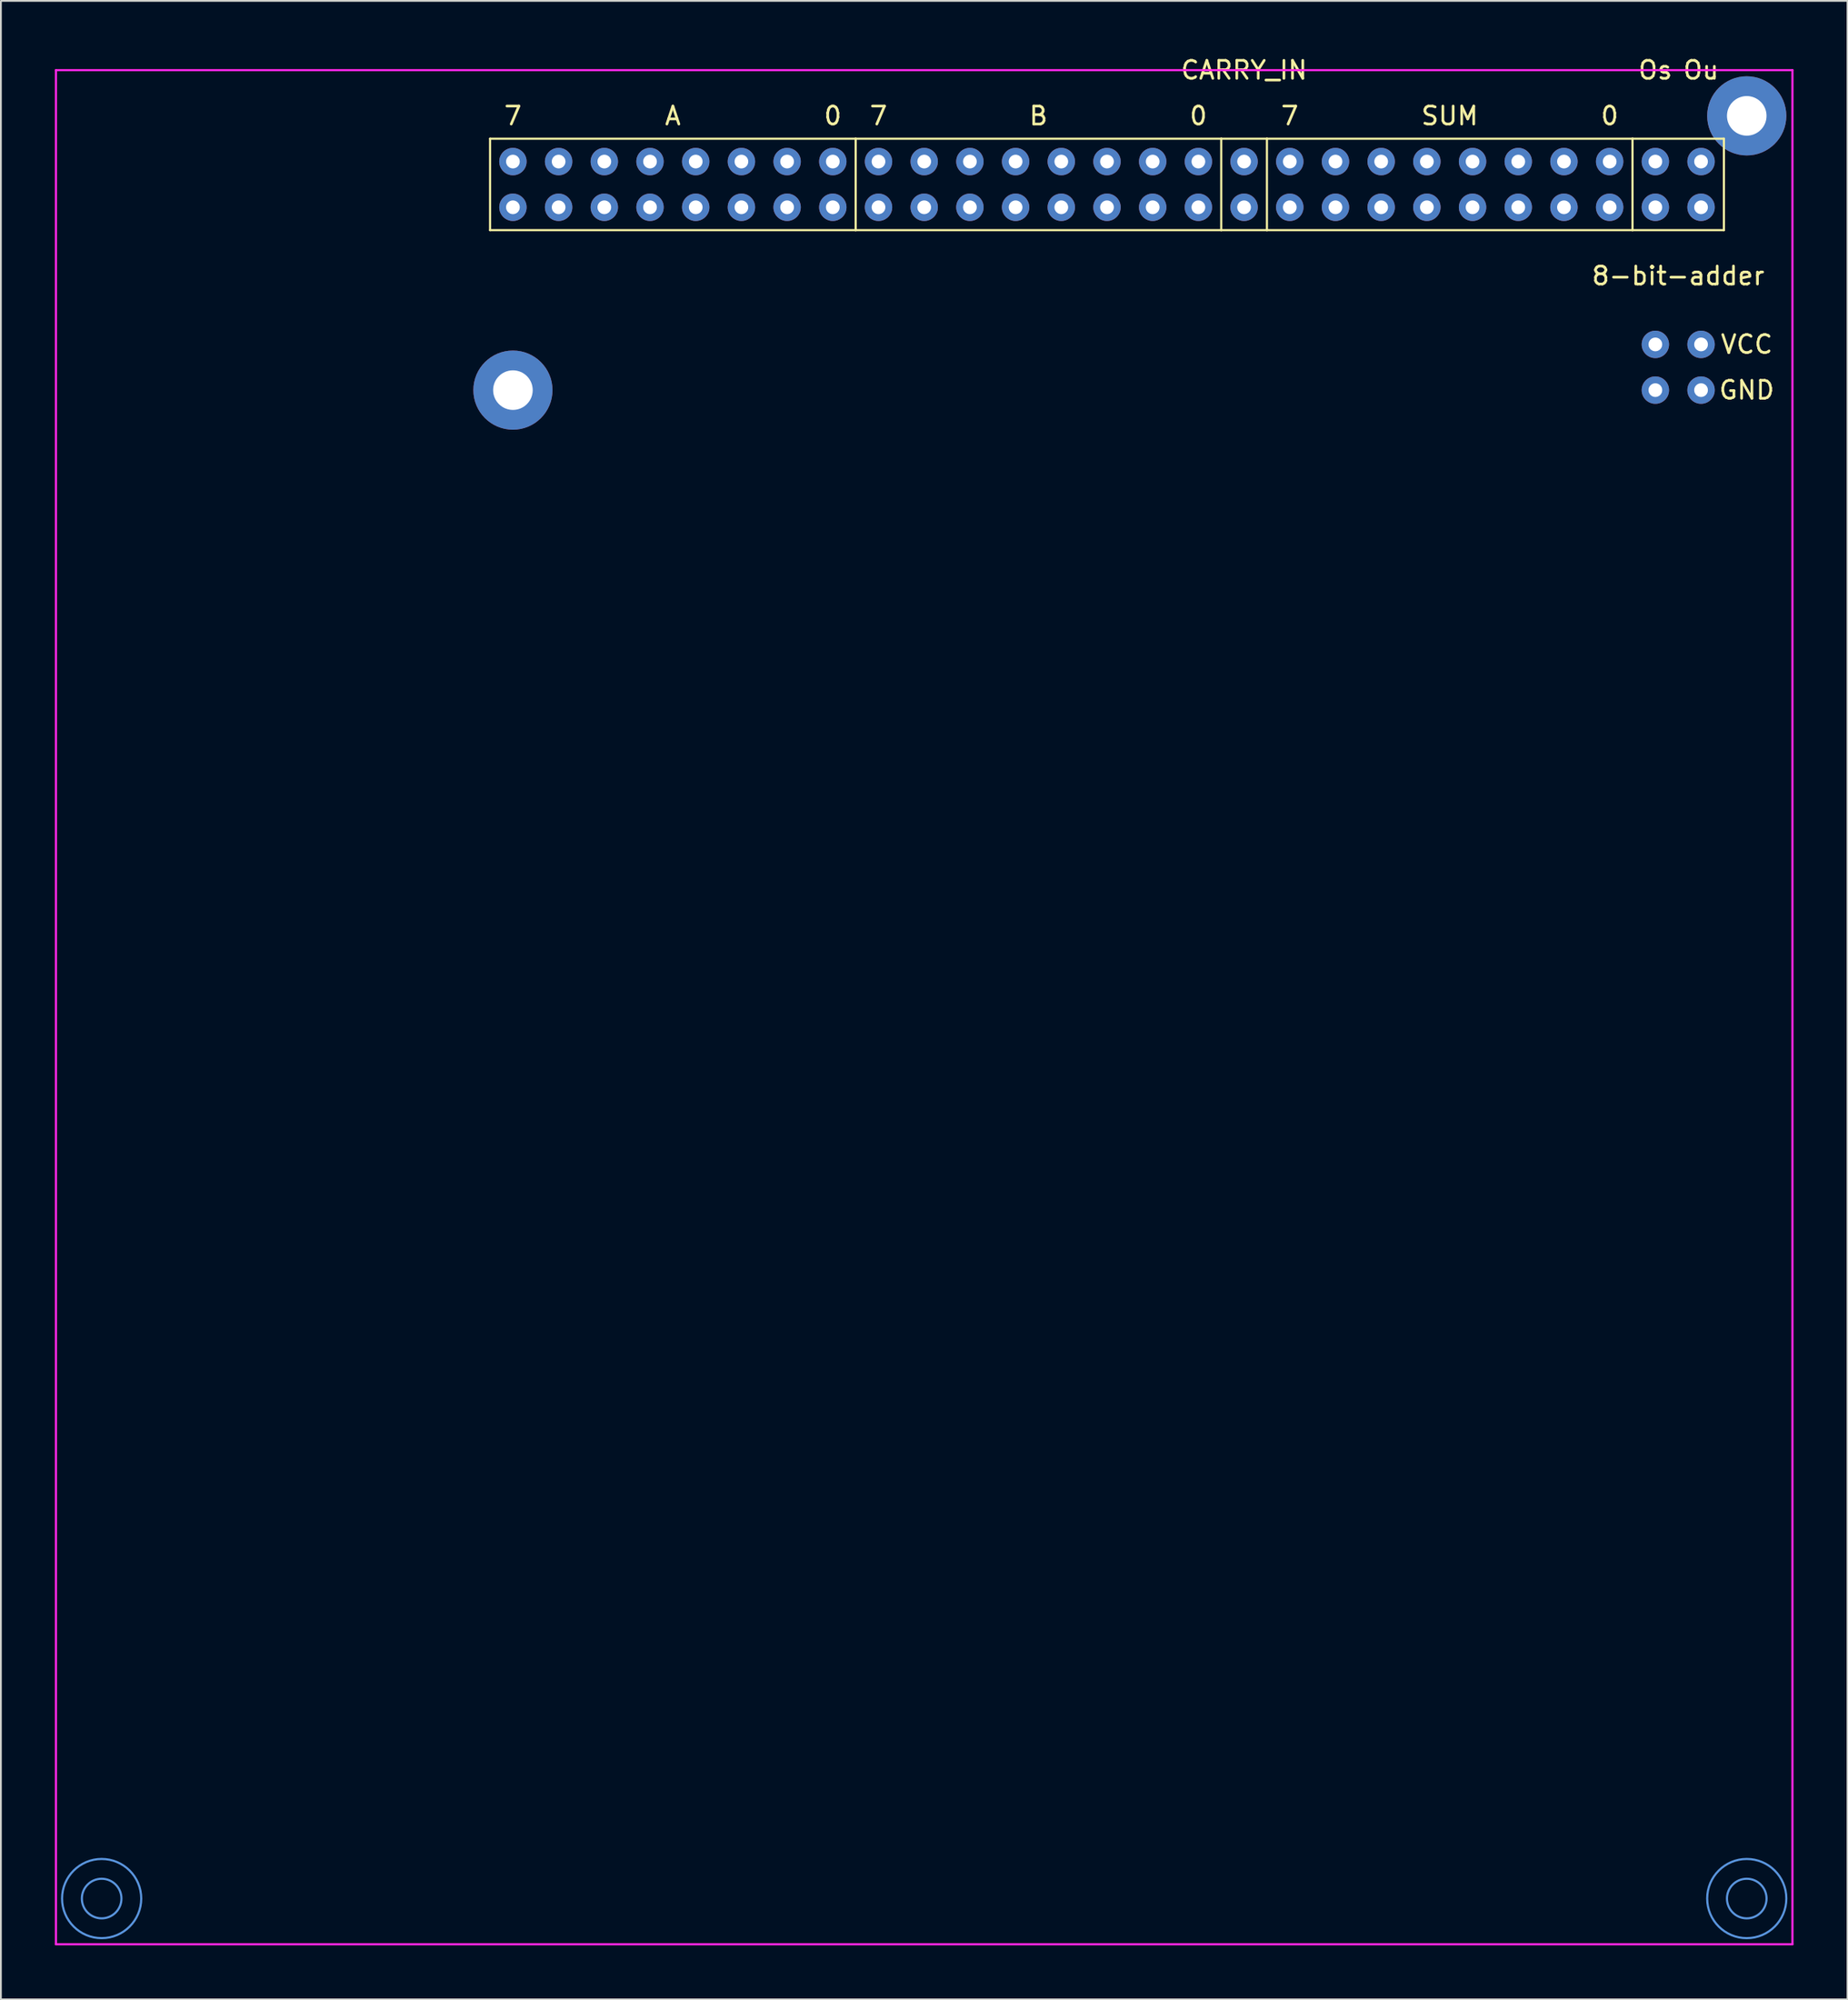
<source format=kicad_pcb>
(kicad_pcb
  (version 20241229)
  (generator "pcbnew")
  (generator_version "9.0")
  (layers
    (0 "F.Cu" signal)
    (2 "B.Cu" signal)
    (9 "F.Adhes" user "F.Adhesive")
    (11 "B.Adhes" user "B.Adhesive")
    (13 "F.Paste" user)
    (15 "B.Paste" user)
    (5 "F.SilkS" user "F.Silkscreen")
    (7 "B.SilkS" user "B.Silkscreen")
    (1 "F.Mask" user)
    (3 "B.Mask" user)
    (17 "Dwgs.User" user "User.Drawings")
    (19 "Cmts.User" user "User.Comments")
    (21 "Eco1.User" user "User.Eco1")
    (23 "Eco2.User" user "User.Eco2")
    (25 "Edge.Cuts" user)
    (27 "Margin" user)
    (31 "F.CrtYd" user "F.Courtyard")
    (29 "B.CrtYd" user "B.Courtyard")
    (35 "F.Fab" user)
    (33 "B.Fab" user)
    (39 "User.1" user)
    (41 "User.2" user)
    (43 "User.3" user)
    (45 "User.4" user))
  (footprint "8-bit-adder"
    (layer "F.Cu")
    (at 25.46 5.928)
    (property "Reference" "8-bit-adder" (at 64.77 6.35 0) (layer "F.SilkS") (effects (font (size 1 1) (thickness 0.15))))
    (attr through_hole)
    (fp_line (start -1.27 -1.27) (end -1.27 3.81) (stroke (width 0.12) (type solid)) (layer "F.SilkS"))
    (fp_line (start -1.27 3.81) (end 19.05 3.81) (stroke (width 0.12) (type solid)) (layer "F.SilkS"))
    (fp_line (start 19.05 -1.27) (end -1.27 -1.27) (stroke (width 0.12) (type solid)) (layer "F.SilkS"))
    (fp_line (start 19.05 -1.27) (end 39.37 -1.27) (stroke (width 0.12) (type solid)) (layer "F.SilkS"))
    (fp_line (start 19.05 3.81) (end 19.05 -1.27) (stroke (width 0.12) (type solid)) (layer "F.SilkS"))
    (fp_line (start 39.37 -1.27) (end 39.37 3.81) (stroke (width 0.12) (type solid)) (layer "F.SilkS"))
    (fp_line (start 39.37 3.81) (end 19.05 3.81) (stroke (width 0.12) (type solid)) (layer "F.SilkS"))
    (fp_line (start 39.37 3.81) (end 41.91 3.81) (stroke (width 0.12) (type solid)) (layer "F.SilkS"))
    (fp_line (start 41.91 -1.27) (end 39.37 -1.27) (stroke (width 0.12) (type solid)) (layer "F.SilkS"))
    (fp_line (start 41.91 -1.27) (end 41.91 3.81) (stroke (width 0.12) (type solid)) (layer "F.SilkS"))
    (fp_line (start 41.91 3.81) (end 62.23 3.81) (stroke (width 0.12) (type solid)) (layer "F.SilkS"))
    (fp_line (start 62.23 -1.27) (end 41.91 -1.27) (stroke (width 0.12) (type solid)) (layer "F.SilkS"))
    (fp_line (start 62.23 -1.27) (end 67.31 -1.27) (stroke (width 0.12) (type solid)) (layer "F.SilkS"))
    (fp_line (start 62.23 3.81) (end 62.23 -1.27) (stroke (width 0.12) (type solid)) (layer "F.SilkS"))
    (fp_line (start 67.31 -1.27) (end 67.31 3.81) (stroke (width 0.12) (type solid)) (layer "F.SilkS"))
    (fp_line (start 67.31 3.81) (end 62.23 3.81) (stroke (width 0.12) (type solid)) (layer "F.SilkS"))
    (fp_circle (center -22.86 96.52) (end -21.76 96.52) (stroke (width 0.12) (type solid)) (fill no) (layer "Cmts.User"))
    (fp_circle (center -22.86 96.52) (end -20.66 96.52) (stroke (width 0.12) (type solid)) (fill no) (layer "Cmts.User"))
    (fp_circle (center 68.58 96.52) (end 69.68 96.52) (stroke (width 0.12) (type solid)) (fill no) (layer "Cmts.User"))
    (fp_circle (center 68.58 96.52) (end 70.78 96.52) (stroke (width 0.12) (type solid)) (fill no) (layer "Cmts.User"))
    (fp_line (start -25.4 -5.08) (end 71.12 -5.08) (stroke (width 0.12) (type solid)) (layer "F.CrtYd"))
    (fp_line (start -25.4 99.06) (end -25.4 -5.08) (stroke (width 0.12) (type solid)) (layer "F.CrtYd"))
    (fp_line (start 71.12 -5.08) (end 71.12 99.06) (stroke (width 0.12) (type solid)) (layer "F.CrtYd"))
    (fp_line (start 71.12 99.06) (end -25.4 99.06) (stroke (width 0.12) (type solid)) (layer "F.CrtYd"))
    (fp_text user "0" (at 60.96 -2.54 0) (layer "F.SilkS") (effects (font (size 1 1) (thickness 0.15))))
    (fp_text user "B" (at 29.21 -2.54 0) (layer "F.SilkS") (effects (font (size 1 1) (thickness 0.15))))
    (fp_text user "0" (at 38.1 -2.54 0) (layer "F.SilkS") (effects (font (size 1 1) (thickness 0.15))))
    (fp_text user "SUM" (at 52.07 -2.54 0) (layer "F.SilkS") (effects (font (size 1 1) (thickness 0.15))))
    (fp_text user "CARRY_IN" (at 40.64 -5.08 0) (layer "F.SilkS") (effects (font (size 1 1) (thickness 0.15))))
    (fp_text user "Os" (at 63.5 -5.08 0) (layer "F.SilkS") (effects (font (size 1 1) (thickness 0.15))))
    (fp_text user "VCC" (at 68.58 10.16 0) (layer "F.SilkS") (effects (font (size 1 1) (thickness 0.15))))
    (fp_text user "7" (at 20.32 -2.54 0) (layer "F.SilkS") (effects (font (size 1 1) (thickness 0.15))))
    (fp_text user "A" (at 8.89 -2.54 0) (layer "F.SilkS") (effects (font (size 1 1) (thickness 0.15))))
    (fp_text user "7" (at 0 -2.54 0) (layer "F.SilkS") (effects (font (size 1 1) (thickness 0.15))))
    (fp_text user "GND" (at 68.58 12.7 0) (layer "F.SilkS") (effects (font (size 1 1) (thickness 0.15))))
    (fp_text user "0" (at 17.78 -2.54 0) (layer "F.SilkS") (effects (font (size 1 1) (thickness 0.15))))
    (fp_text user "Ou" (at 66.04 -5.08 0) (layer "F.SilkS") (effects (font (size 1 1) (thickness 0.15))))
    (fp_text user "7" (at 43.18 -2.54 0) (layer "F.SilkS") (effects (font (size 1 1) (thickness 0.15))))
    (pad "" thru_hole circle (at 0 12.7) (size 4.4 4.4) (drill 2.2) (layers "*.Cu" "*.Mask"))
    (pad "" thru_hole circle (at 68.58 -2.54) (size 4.4 4.4) (drill 2.2) (layers "*.Cu" "*.Mask"))
    (pad "1" thru_hole circle (at 0 0) (size 1.524 1.524) (drill 0.762) (layers "*.Cu" "*.Mask"))
    (pad "1" thru_hole circle (at 0 2.54) (size 1.524 1.524) (drill 0.762) (layers "*.Cu" "*.Mask"))
    (pad "2" thru_hole circle (at 2.54 0) (size 1.524 1.524) (drill 0.762) (layers "*.Cu" "*.Mask"))
    (pad "2" thru_hole circle (at 2.54 2.54) (size 1.524 1.524) (drill 0.762) (layers "*.Cu" "*.Mask"))
    (pad "3" thru_hole circle (at 5.08 0) (size 1.524 1.524) (drill 0.762) (layers "*.Cu" "*.Mask"))
    (pad "3" thru_hole circle (at 5.08 2.54) (size 1.524 1.524) (drill 0.762) (layers "*.Cu" "*.Mask"))
    (pad "4" thru_hole circle (at 7.62 0) (size 1.524 1.524) (drill 0.762) (layers "*.Cu" "*.Mask"))
    (pad "4" thru_hole circle (at 7.62 2.54) (size 1.524 1.524) (drill 0.762) (layers "*.Cu" "*.Mask"))
    (pad "5" thru_hole circle (at 10.16 0) (size 1.524 1.524) (drill 0.762) (layers "*.Cu" "*.Mask"))
    (pad "5" thru_hole circle (at 10.16 2.54) (size 1.524 1.524) (drill 0.762) (layers "*.Cu" "*.Mask"))
    (pad "6" thru_hole circle (at 12.7 0) (size 1.524 1.524) (drill 0.762) (layers "*.Cu" "*.Mask"))
    (pad "6" thru_hole circle (at 12.7 2.54) (size 1.524 1.524) (drill 0.762) (layers "*.Cu" "*.Mask"))
    (pad "7" thru_hole circle (at 15.24 0) (size 1.524 1.524) (drill 0.762) (layers "*.Cu" "*.Mask"))
    (pad "7" thru_hole circle (at 15.24 2.54) (size 1.524 1.524) (drill 0.762) (layers "*.Cu" "*.Mask"))
    (pad "8" thru_hole circle (at 17.78 0) (size 1.524 1.524) (drill 0.762) (layers "*.Cu" "*.Mask"))
    (pad "8" thru_hole circle (at 17.78 2.54) (size 1.524 1.524) (drill 0.762) (layers "*.Cu" "*.Mask"))
    (pad "9" thru_hole circle (at 20.32 0) (size 1.524 1.524) (drill 0.762) (layers "*.Cu" "*.Mask"))
    (pad "9" thru_hole circle (at 20.32 2.54) (size 1.524 1.524) (drill 0.762) (layers "*.Cu" "*.Mask"))
    (pad "10" thru_hole circle (at 22.86 0) (size 1.524 1.524) (drill 0.762) (layers "*.Cu" "*.Mask"))
    (pad "10" thru_hole circle (at 22.86 2.54) (size 1.524 1.524) (drill 0.762) (layers "*.Cu" "*.Mask"))
    (pad "11" thru_hole circle (at 25.4 0) (size 1.524 1.524) (drill 0.762) (layers "*.Cu" "*.Mask"))
    (pad "11" thru_hole circle (at 25.4 2.54) (size 1.524 1.524) (drill 0.762) (layers "*.Cu" "*.Mask"))
    (pad "12" thru_hole circle (at 27.94 0) (size 1.524 1.524) (drill 0.762) (layers "*.Cu" "*.Mask"))
    (pad "12" thru_hole circle (at 27.94 2.54) (size 1.524 1.524) (drill 0.762) (layers "*.Cu" "*.Mask"))
    (pad "13" thru_hole circle (at 30.48 0) (size 1.524 1.524) (drill 0.762) (layers "*.Cu" "*.Mask"))
    (pad "13" thru_hole circle (at 30.48 2.54) (size 1.524 1.524) (drill 0.762) (layers "*.Cu" "*.Mask"))
    (pad "14" thru_hole circle (at 33.02 0) (size 1.524 1.524) (drill 0.762) (layers "*.Cu" "*.Mask"))
    (pad "14" thru_hole circle (at 33.02 2.54) (size 1.524 1.524) (drill 0.762) (layers "*.Cu" "*.Mask"))
    (pad "15" thru_hole circle (at 35.56 0) (size 1.524 1.524) (drill 0.762) (layers "*.Cu" "*.Mask"))
    (pad "15" thru_hole circle (at 35.56 2.54) (size 1.524 1.524) (drill 0.762) (layers "*.Cu" "*.Mask"))
    (pad "16" thru_hole circle (at 38.1 0) (size 1.524 1.524) (drill 0.762) (layers "*.Cu" "*.Mask"))
    (pad "16" thru_hole circle (at 38.1 2.54) (size 1.524 1.524) (drill 0.762) (layers "*.Cu" "*.Mask"))
    (pad "17" thru_hole circle (at 40.64 0) (size 1.524 1.524) (drill 0.762) (layers "*.Cu" "*.Mask"))
    (pad "17" thru_hole circle (at 40.64 2.54) (size 1.524 1.524) (drill 0.762) (layers "*.Cu" "*.Mask"))
    (pad "18" thru_hole circle (at 43.18 0) (size 1.524 1.524) (drill 0.762) (layers "*.Cu" "*.Mask"))
    (pad "18" thru_hole circle (at 43.18 2.54) (size 1.524 1.524) (drill 0.762) (layers "*.Cu" "*.Mask"))
    (pad "19" thru_hole circle (at 45.72 0) (size 1.524 1.524) (drill 0.762) (layers "*.Cu" "*.Mask"))
    (pad "19" thru_hole circle (at 45.72 2.54) (size 1.524 1.524) (drill 0.762) (layers "*.Cu" "*.Mask"))
    (pad "20" thru_hole circle (at 48.26 0) (size 1.524 1.524) (drill 0.762) (layers "*.Cu" "*.Mask"))
    (pad "20" thru_hole circle (at 48.26 2.54) (size 1.524 1.524) (drill 0.762) (layers "*.Cu" "*.Mask"))
    (pad "21" thru_hole circle (at 50.8 0) (size 1.524 1.524) (drill 0.762) (layers "*.Cu" "*.Mask"))
    (pad "21" thru_hole circle (at 50.8 2.54) (size 1.524 1.524) (drill 0.762) (layers "*.Cu" "*.Mask"))
    (pad "22" thru_hole circle (at 53.34 0) (size 1.524 1.524) (drill 0.762) (layers "*.Cu" "*.Mask"))
    (pad "22" thru_hole circle (at 53.34 2.54) (size 1.524 1.524) (drill 0.762) (layers "*.Cu" "*.Mask"))
    (pad "23" thru_hole circle (at 55.88 0) (size 1.524 1.524) (drill 0.762) (layers "*.Cu" "*.Mask"))
    (pad "23" thru_hole circle (at 55.88 2.54) (size 1.524 1.524) (drill 0.762) (layers "*.Cu" "*.Mask"))
    (pad "24" thru_hole circle (at 58.42 0) (size 1.524 1.524) (drill 0.762) (layers "*.Cu" "*.Mask"))
    (pad "24" thru_hole circle (at 58.42 2.54) (size 1.524 1.524) (drill 0.762) (layers "*.Cu" "*.Mask"))
    (pad "25" thru_hole circle (at 60.96 0) (size 1.524 1.524) (drill 0.762) (layers "*.Cu" "*.Mask"))
    (pad "25" thru_hole circle (at 60.96 2.54) (size 1.524 1.524) (drill 0.762) (layers "*.Cu" "*.Mask"))
    (pad "26" thru_hole circle (at 63.5 0) (size 1.524 1.524) (drill 0.762) (layers "*.Cu" "*.Mask"))
    (pad "26" thru_hole circle (at 63.5 2.54) (size 1.524 1.524) (drill 0.762) (layers "*.Cu" "*.Mask"))
    (pad "27" thru_hole circle (at 66.04 0 90) (size 1.524 1.524) (drill 0.762) (layers "*.Cu" "*.Mask"))
    (pad "27" thru_hole circle (at 66.04 2.54 90) (size 1.524 1.524) (drill 0.762) (layers "*.Cu" "*.Mask"))
    (pad "28" thru_hole circle (at 63.5 10.16) (size 1.524 1.524) (drill 0.762) (layers "*.Cu" "*.Mask"))
    (pad "28" thru_hole circle (at 66.04 10.16) (size 1.524 1.524) (drill 0.762) (layers "*.Cu" "*.Mask"))
    (pad "29" thru_hole circle (at 63.5 12.7) (size 1.524 1.524) (drill 0.762) (layers "*.Cu" "*.Mask"))
    (pad "29" thru_hole circle (at 66.04 12.7) (size 1.524 1.524) (drill 0.762) (layers "*.Cu" "*.Mask")))
  (gr_rect
    (start -3 -3)
    (end 99.64 108.048)
    (stroke (width 0.1) (type default))
    (fill no)
    (layer "Edge.Cuts")))
</source>
